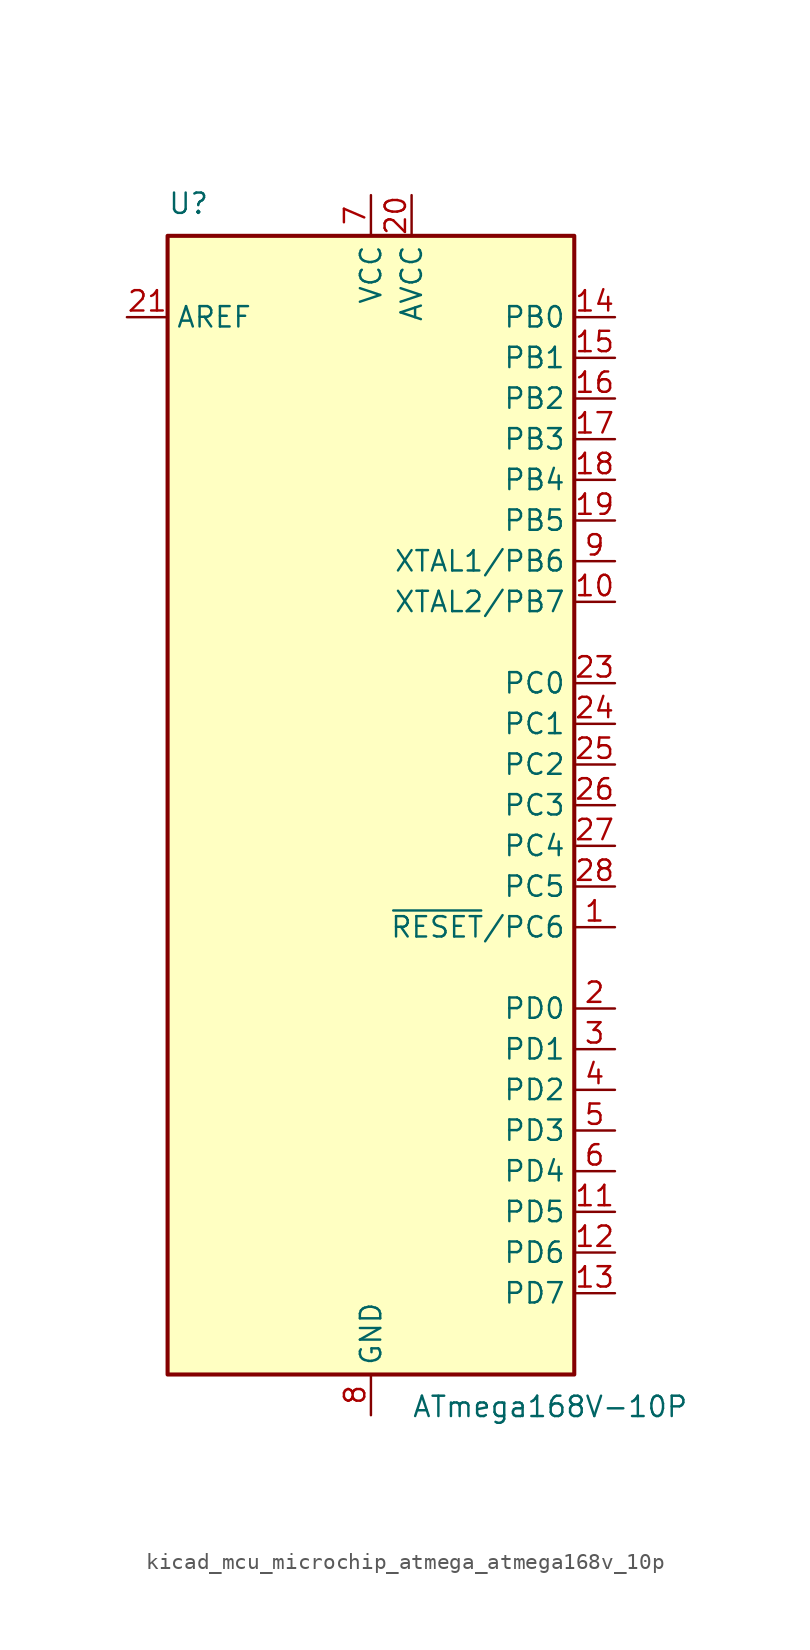
<source format=kicad_sym>
(kicad_symbol_lib
  (version 20220914)
  (generator kicad_symbol_editor)
  (symbol "kicad_mcu_microchip_atmega_atmega168v_10p"
    (property "Reference" "U"
      (at -12.7 36.83 0)
      (effects (font (size 1.27 1.27)) (justify left bottom)))
    (property "Value" "ATmega168V-10P"
      (at 2.54 -36.83 0)
      (effects (font (size 1.27 1.27)) (justify left top)))
    (symbol "kicad_mcu_microchip_atmega_atmega168v_10p_0_1"
      (rectangle (start -12.7 -35.56) (end 12.7 35.56) (stroke (width 0.254) (type default)) (fill (type background))))
    (symbol "kicad_mcu_microchip_atmega_atmega168v_10p_1_1"
      (pin bidirectional line (at 15.24 -7.62 180) (length 2.54) (name "~{RESET}/PC6" (effects (font (size 1.27 1.27)))) (number "1" (effects (font (size 1.27 1.27)))))
      (pin bidirectional line (at 15.24 12.7 180) (length 2.54) (name "XTAL2/PB7" (effects (font (size 1.27 1.27)))) (number "10" (effects (font (size 1.27 1.27)))))
      (pin bidirectional line (at 15.24 -25.4 180) (length 2.54) (name "PD5" (effects (font (size 1.27 1.27)))) (number "11" (effects (font (size 1.27 1.27)))))
      (pin bidirectional line (at 15.24 -27.94 180) (length 2.54) (name "PD6" (effects (font (size 1.27 1.27)))) (number "12" (effects (font (size 1.27 1.27)))))
      (pin bidirectional line (at 15.24 -30.48 180) (length 2.54) (name "PD7" (effects (font (size 1.27 1.27)))) (number "13" (effects (font (size 1.27 1.27)))))
      (pin bidirectional line (at 15.24 30.48 180) (length 2.54) (name "PB0" (effects (font (size 1.27 1.27)))) (number "14" (effects (font (size 1.27 1.27)))))
      (pin bidirectional line (at 15.24 27.94 180) (length 2.54) (name "PB1" (effects (font (size 1.27 1.27)))) (number "15" (effects (font (size 1.27 1.27)))))
      (pin bidirectional line (at 15.24 25.4 180) (length 2.54) (name "PB2" (effects (font (size 1.27 1.27)))) (number "16" (effects (font (size 1.27 1.27)))))
      (pin bidirectional line (at 15.24 22.86 180) (length 2.54) (name "PB3" (effects (font (size 1.27 1.27)))) (number "17" (effects (font (size 1.27 1.27)))))
      (pin bidirectional line (at 15.24 20.32 180) (length 2.54) (name "PB4" (effects (font (size 1.27 1.27)))) (number "18" (effects (font (size 1.27 1.27)))))
      (pin bidirectional line (at 15.24 17.78 180) (length 2.54) (name "PB5" (effects (font (size 1.27 1.27)))) (number "19" (effects (font (size 1.27 1.27)))))
      (pin bidirectional line (at 15.24 -12.7 180) (length 2.54) (name "PD0" (effects (font (size 1.27 1.27)))) (number "2" (effects (font (size 1.27 1.27)))))
      (pin power_in line (at 2.54 38.1 270) (length 2.54) (name "AVCC" (effects (font (size 1.27 1.27)))) (number "20" (effects (font (size 1.27 1.27)))))
      (pin passive line (at -15.24 30.48 0) (length 2.54) (name "AREF" (effects (font (size 1.27 1.27)))) (number "21" (effects (font (size 1.27 1.27)))))
      (pin passive line (at 0 -38.1 90) (length 2.54) hide (name "GND" (effects (font (size 1.27 1.27)))) (number "22" (effects (font (size 1.27 1.27)))))
      (pin bidirectional line (at 15.24 7.62 180) (length 2.54) (name "PC0" (effects (font (size 1.27 1.27)))) (number "23" (effects (font (size 1.27 1.27)))))
      (pin bidirectional line (at 15.24 5.08 180) (length 2.54) (name "PC1" (effects (font (size 1.27 1.27)))) (number "24" (effects (font (size 1.27 1.27)))))
      (pin bidirectional line (at 15.24 2.54 180) (length 2.54) (name "PC2" (effects (font (size 1.27 1.27)))) (number "25" (effects (font (size 1.27 1.27)))))
      (pin bidirectional line (at 15.24 0 180) (length 2.54) (name "PC3" (effects (font (size 1.27 1.27)))) (number "26" (effects (font (size 1.27 1.27)))))
      (pin bidirectional line (at 15.24 -2.54 180) (length 2.54) (name "PC4" (effects (font (size 1.27 1.27)))) (number "27" (effects (font (size 1.27 1.27)))))
      (pin bidirectional line (at 15.24 -5.08 180) (length 2.54) (name "PC5" (effects (font (size 1.27 1.27)))) (number "28" (effects (font (size 1.27 1.27)))))
      (pin bidirectional line (at 15.24 -15.24 180) (length 2.54) (name "PD1" (effects (font (size 1.27 1.27)))) (number "3" (effects (font (size 1.27 1.27)))))
      (pin bidirectional line (at 15.24 -17.78 180) (length 2.54) (name "PD2" (effects (font (size 1.27 1.27)))) (number "4" (effects (font (size 1.27 1.27)))))
      (pin bidirectional line (at 15.24 -20.32 180) (length 2.54) (name "PD3" (effects (font (size 1.27 1.27)))) (number "5" (effects (font (size 1.27 1.27)))))
      (pin bidirectional line (at 15.24 -22.86 180) (length 2.54) (name "PD4" (effects (font (size 1.27 1.27)))) (number "6" (effects (font (size 1.27 1.27)))))
      (pin power_in line (at 0 38.1 270) (length 2.54) (name "VCC" (effects (font (size 1.27 1.27)))) (number "7" (effects (font (size 1.27 1.27)))))
      (pin power_in line (at 0 -38.1 90) (length 2.54) (name "GND" (effects (font (size 1.27 1.27)))) (number "8" (effects (font (size 1.27 1.27)))))
      (pin bidirectional line (at 15.24 15.24 180) (length 2.54) (name "XTAL1/PB6" (effects (font (size 1.27 1.27)))) (number "9" (effects (font (size 1.27 1.27))))))))
</source>
